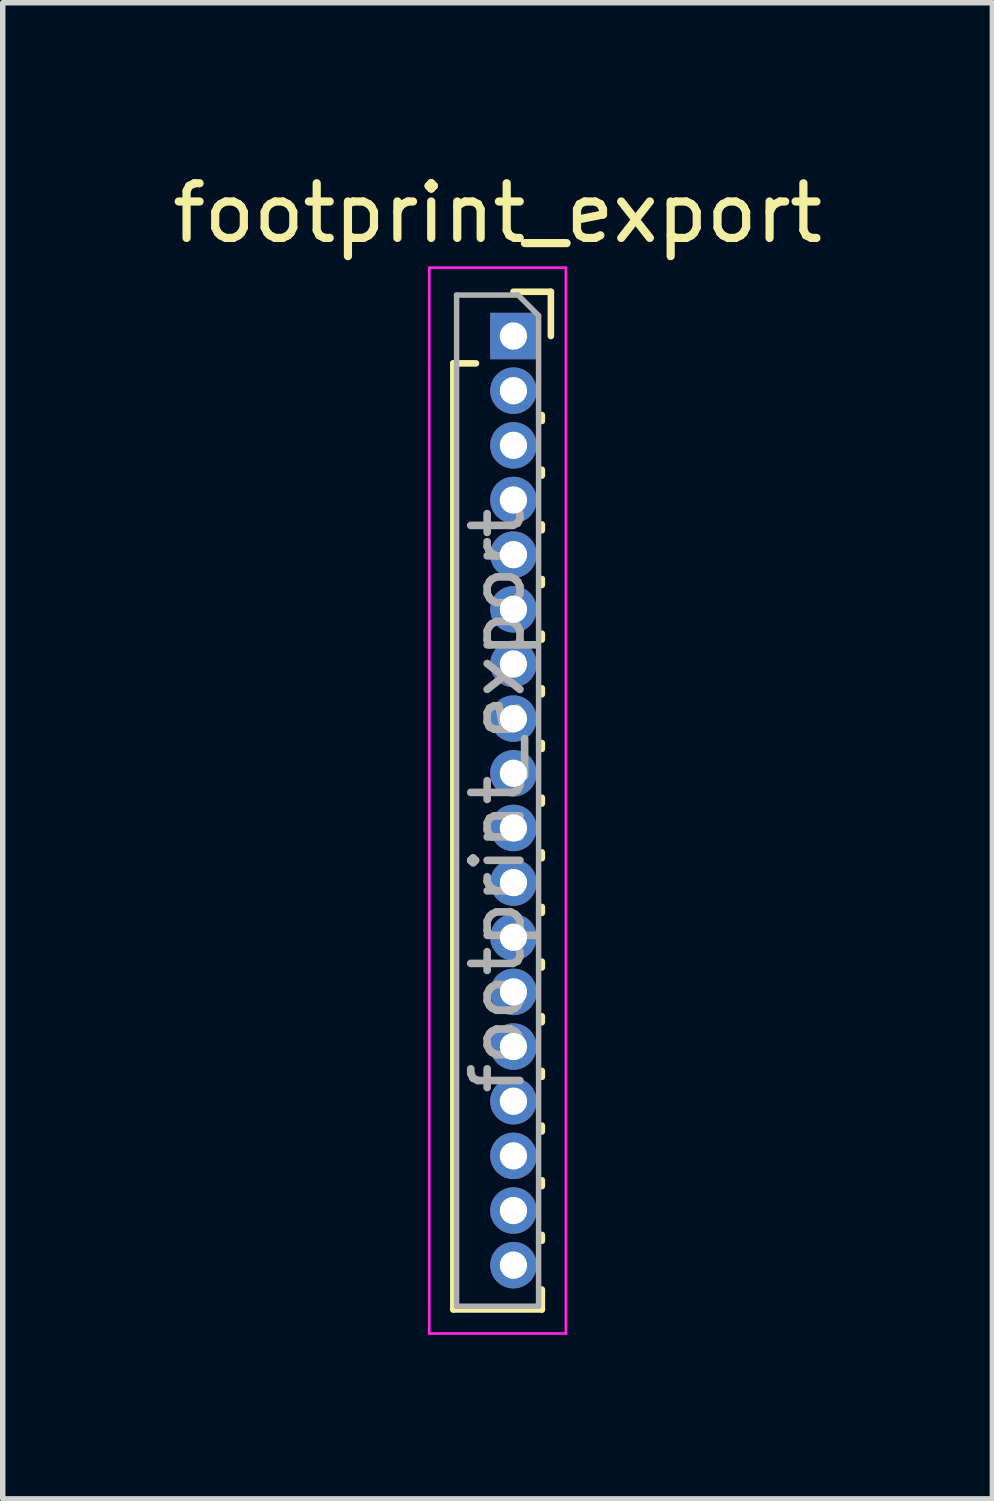
<source format=kicad_pcb>
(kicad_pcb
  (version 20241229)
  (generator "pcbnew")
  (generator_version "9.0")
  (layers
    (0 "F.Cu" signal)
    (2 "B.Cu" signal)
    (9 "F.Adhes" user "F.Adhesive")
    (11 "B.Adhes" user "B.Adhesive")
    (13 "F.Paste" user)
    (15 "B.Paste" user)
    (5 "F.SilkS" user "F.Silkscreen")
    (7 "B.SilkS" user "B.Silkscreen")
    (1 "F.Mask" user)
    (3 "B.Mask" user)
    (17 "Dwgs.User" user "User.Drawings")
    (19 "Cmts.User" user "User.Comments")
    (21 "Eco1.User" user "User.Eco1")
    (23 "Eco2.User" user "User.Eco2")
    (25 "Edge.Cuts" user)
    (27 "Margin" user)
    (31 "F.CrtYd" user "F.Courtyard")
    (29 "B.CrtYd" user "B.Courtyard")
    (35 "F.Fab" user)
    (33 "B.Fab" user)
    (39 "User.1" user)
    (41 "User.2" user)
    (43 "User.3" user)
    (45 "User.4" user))
  (footprint "footprint_export"
    (layer "F.Cu")
    (at 6.344 3.098)
    (property "Reference" "footprint_export" (at -0.29 -2.25 0) (layer "F.SilkS") (effects (font (size 1 1) (thickness 0.15))))
    (attr through_hole)
    (fp_line (start -1.1 0.5) (end -1.1 17.81) (stroke (width 0.12) (type solid)) (layer "F.SilkS"))
    (fp_line (start -1.1 0.5) (end -0.685 0.5) (stroke (width 0.12) (type solid)) (layer "F.SilkS"))
    (fp_line (start -1.1 17.81) (end 0.52 17.81) (stroke (width 0.12) (type solid)) (layer "F.SilkS"))
    (fp_line (start 0 -0.81) (end 0.685 -0.81) (stroke (width 0.12) (type solid)) (layer "F.SilkS"))
    (fp_line (start 0.52 1.446) (end 0.52 1.554) (stroke (width 0.12) (type solid)) (layer "F.SilkS"))
    (fp_line (start 0.52 2.446) (end 0.52 2.554) (stroke (width 0.12) (type solid)) (layer "F.SilkS"))
    (fp_line (start 0.52 3.446) (end 0.52 3.554) (stroke (width 0.12) (type solid)) (layer "F.SilkS"))
    (fp_line (start 0.52 4.446) (end 0.52 4.554) (stroke (width 0.12) (type solid)) (layer "F.SilkS"))
    (fp_line (start 0.52 5.446) (end 0.52 5.554) (stroke (width 0.12) (type solid)) (layer "F.SilkS"))
    (fp_line (start 0.52 6.446) (end 0.52 6.554) (stroke (width 0.12) (type solid)) (layer "F.SilkS"))
    (fp_line (start 0.52 7.446) (end 0.52 7.554) (stroke (width 0.12) (type solid)) (layer "F.SilkS"))
    (fp_line (start 0.52 8.446) (end 0.52 8.554) (stroke (width 0.12) (type solid)) (layer "F.SilkS"))
    (fp_line (start 0.52 9.446) (end 0.52 9.554) (stroke (width 0.12) (type solid)) (layer "F.SilkS"))
    (fp_line (start 0.52 10.446) (end 0.52 10.554) (stroke (width 0.12) (type solid)) (layer "F.SilkS"))
    (fp_line (start 0.52 11.446) (end 0.52 11.554) (stroke (width 0.12) (type solid)) (layer "F.SilkS"))
    (fp_line (start 0.52 12.446) (end 0.52 12.554) (stroke (width 0.12) (type solid)) (layer "F.SilkS"))
    (fp_line (start 0.52 13.446) (end 0.52 13.554) (stroke (width 0.12) (type solid)) (layer "F.SilkS"))
    (fp_line (start 0.52 14.446) (end 0.52 14.554) (stroke (width 0.12) (type solid)) (layer "F.SilkS"))
    (fp_line (start 0.52 15.446) (end 0.52 15.554) (stroke (width 0.12) (type solid)) (layer "F.SilkS"))
    (fp_line (start 0.52 16.446) (end 0.52 16.554) (stroke (width 0.12) (type solid)) (layer "F.SilkS"))
    (fp_line (start 0.52 17.446) (end 0.52 17.81) (stroke (width 0.12) (type solid)) (layer "F.SilkS"))
    (fp_line (start 0.685 -0.81) (end 0.685 0) (stroke (width 0.12) (type solid)) (layer "F.SilkS"))
    (fp_line (start -1.54 -1.25) (end 0.96 -1.25) (stroke (width 0.05) (type solid)) (layer "F.CrtYd"))
    (fp_line (start -1.54 18.25) (end -1.54 -1.25) (stroke (width 0.05) (type solid)) (layer "F.CrtYd"))
    (fp_line (start 0.96 -1.25) (end 0.96 18.25) (stroke (width 0.05) (type solid)) (layer "F.CrtYd"))
    (fp_line (start 0.96 18.25) (end -1.54 18.25) (stroke (width 0.05) (type solid)) (layer "F.CrtYd"))
    (fp_line (start -1.04 -0.75) (end 0.085 -0.75) (stroke (width 0.1) (type solid)) (layer "F.Fab"))
    (fp_line (start -1.04 17.75) (end -1.04 -0.75) (stroke (width 0.1) (type solid)) (layer "F.Fab"))
    (fp_line (start 0.085 -0.75) (end 0.46 -0.375) (stroke (width 0.1) (type solid)) (layer "F.Fab"))
    (fp_line (start 0.46 -0.375) (end 0.46 17.75) (stroke (width 0.1) (type solid)) (layer "F.Fab"))
    (fp_line (start 0.46 17.75) (end -1.04 17.75) (stroke (width 0.1) (type solid)) (layer "F.Fab"))
    (fp_text user "${REFERENCE}" (at -0.29 8.5 90) (layer "F.Fab") (effects (font (size 0.9 0.9) (thickness 0.14))))
    (pad "1" thru_hole rect (at 0 0) (size 0.85 0.85) (drill 0.5) (layers "*.Cu" "*.Mask"))
    (pad "2" thru_hole oval (at 0 1) (size 0.85 0.85) (drill 0.5) (layers "*.Cu" "*.Mask"))
    (pad "3" thru_hole oval (at 0 2) (size 0.85 0.85) (drill 0.5) (layers "*.Cu" "*.Mask"))
    (pad "4" thru_hole oval (at 0 3) (size 0.85 0.85) (drill 0.5) (layers "*.Cu" "*.Mask"))
    (pad "5" thru_hole oval (at 0 4) (size 0.85 0.85) (drill 0.5) (layers "*.Cu" "*.Mask"))
    (pad "6" thru_hole oval (at 0 5) (size 0.85 0.85) (drill 0.5) (layers "*.Cu" "*.Mask"))
    (pad "7" thru_hole oval (at 0 6) (size 0.85 0.85) (drill 0.5) (layers "*.Cu" "*.Mask"))
    (pad "8" thru_hole oval (at 0 7) (size 0.85 0.85) (drill 0.5) (layers "*.Cu" "*.Mask"))
    (pad "9" thru_hole oval (at 0 8) (size 0.85 0.85) (drill 0.5) (layers "*.Cu" "*.Mask"))
    (pad "10" thru_hole oval (at 0 9) (size 0.85 0.85) (drill 0.5) (layers "*.Cu" "*.Mask"))
    (pad "11" thru_hole oval (at 0 10) (size 0.85 0.85) (drill 0.5) (layers "*.Cu" "*.Mask"))
    (pad "12" thru_hole oval (at 0 11) (size 0.85 0.85) (drill 0.5) (layers "*.Cu" "*.Mask"))
    (pad "13" thru_hole oval (at 0 12) (size 0.85 0.85) (drill 0.5) (layers "*.Cu" "*.Mask"))
    (pad "14" thru_hole oval (at 0 13) (size 0.85 0.85) (drill 0.5) (layers "*.Cu" "*.Mask"))
    (pad "15" thru_hole oval (at 0 14) (size 0.85 0.85) (drill 0.5) (layers "*.Cu" "*.Mask"))
    (pad "16" thru_hole oval (at 0 15) (size 0.85 0.85) (drill 0.5) (layers "*.Cu" "*.Mask"))
    (pad "17" thru_hole oval (at 0 16) (size 0.85 0.85) (drill 0.5) (layers "*.Cu" "*.Mask"))
    (pad "18" thru_hole oval (at 0 17) (size 0.85 0.85) (drill 0.5) (layers "*.Cu" "*.Mask")))
  (gr_rect
    (start -3 -3)
    (end 15.107 24.373)
    (stroke (width 0.1) (type default))
    (fill no)
    (layer "Edge.Cuts")))
</source>
